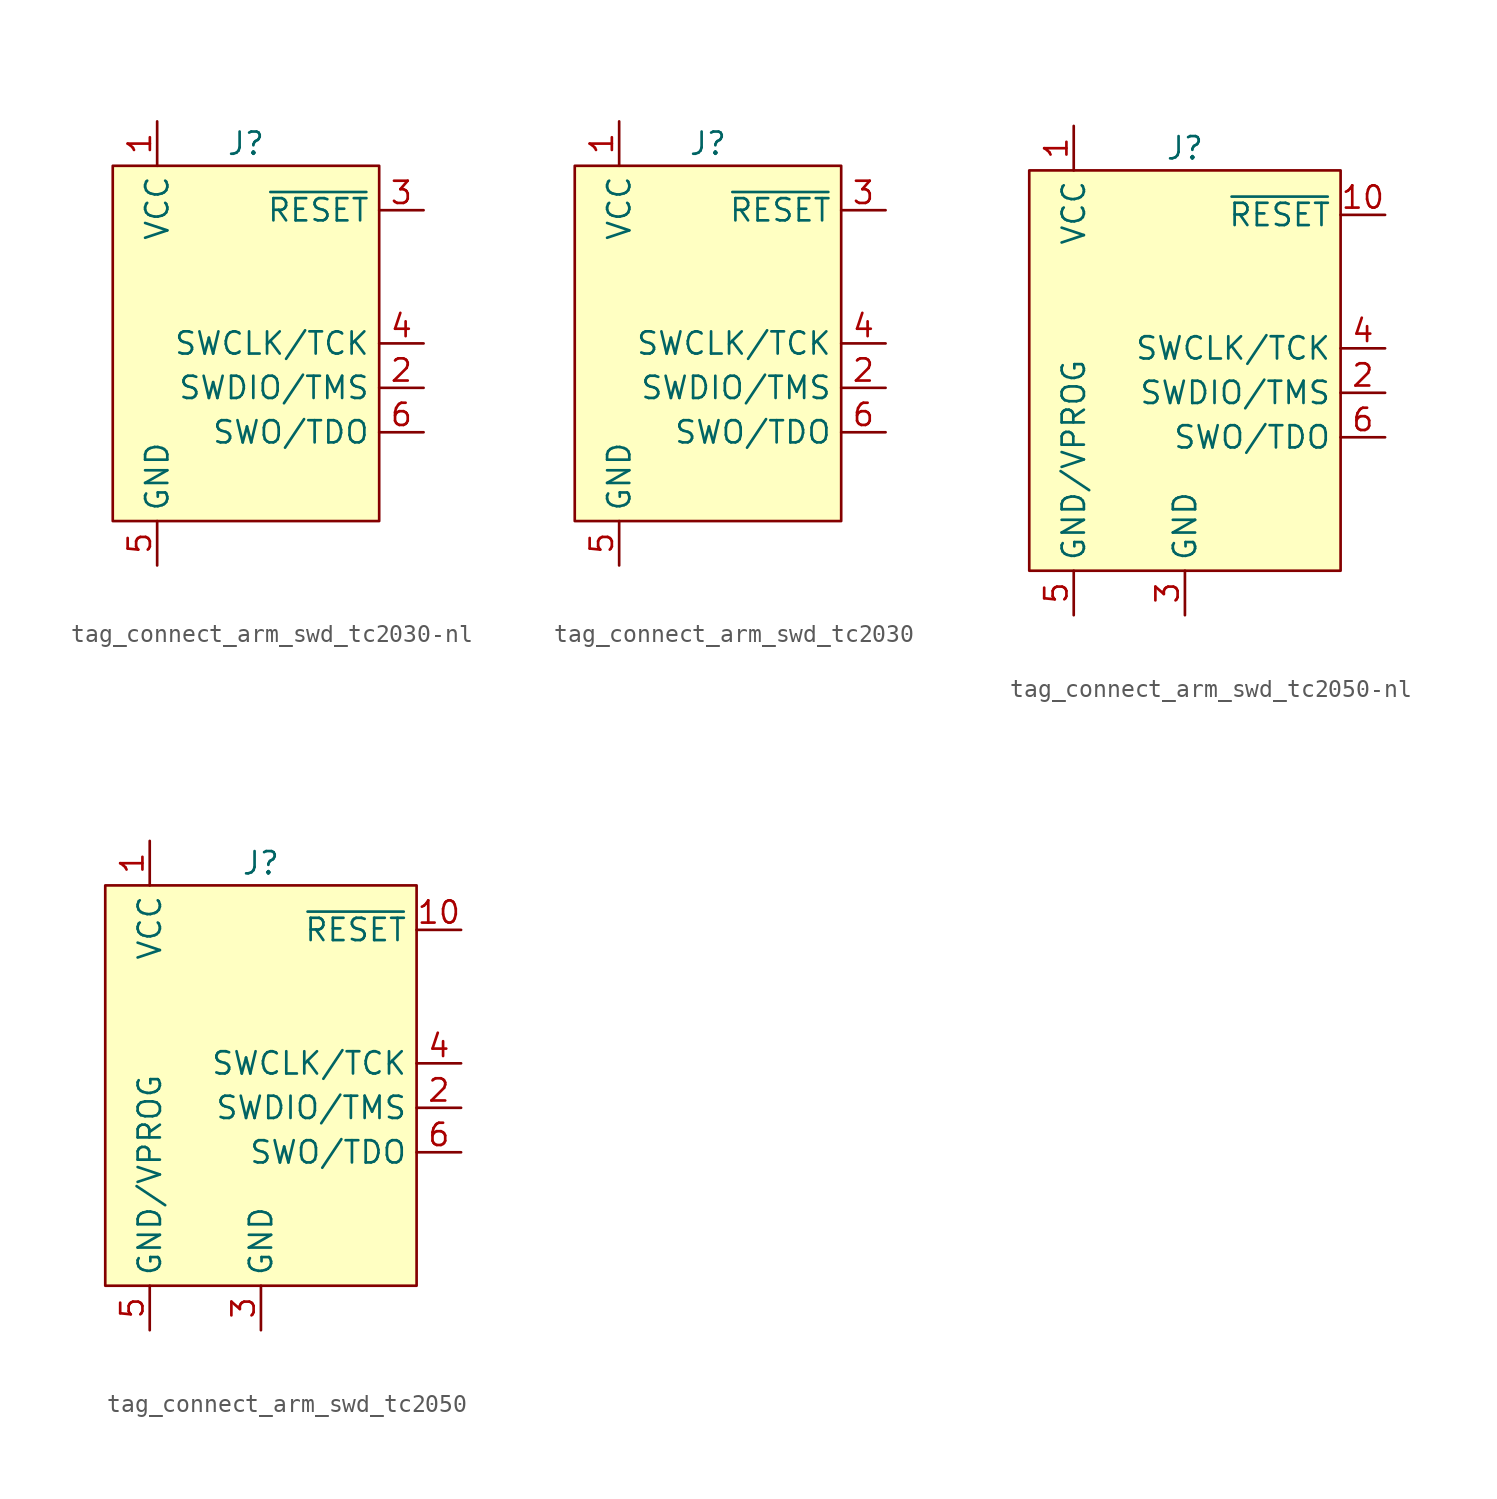
<source format=kicad_sym>
(kicad_symbol_lib
  (version 20231120)
  (generator "kicad_symbol_editor")
  (generator_version "8.0")
  (symbol "tag_connect_arm_swd_tc2030-nl"
    (property "Reference" "J"
      (at 0 11.43 0)
      (effects (font (size 1.27 1.27))))
    (property "Value" ""
      (at 2.54 8.89 0)
      (effects (font (size 1.27 1.27))))
    (symbol "tag_connect_arm_swd_tc2030-nl_0_0"
      (pin power_in line (at -5.08 12.7 270) (length 2.54) (name "VCC" (effects (font (size 1.27 1.27)))) (number "1" (effects (font (size 1.27 1.27)))))
      (pin bidirectional line (at 10.16 -2.54 180) (length 2.54) (name "SWDIO/TMS" (effects (font (size 1.27 1.27)))) (number "2" (effects (font (size 1.27 1.27)))) (alternate "TMS" bidirectional line))
      (pin open_collector line (at 10.16 7.62 180) (length 2.54) (name "~{RESET}" (effects (font (size 1.27 1.27)))) (number "3" (effects (font (size 1.27 1.27)))))
      (pin bidirectional line (at 10.16 0 180) (length 2.54) (name "SWCLK/TCK" (effects (font (size 1.27 1.27)))) (number "4" (effects (font (size 1.27 1.27)))) (alternate "TCK" output line))
      (pin power_in line (at -5.08 -12.7 90) (length 2.54) (name "GND" (effects (font (size 1.27 1.27)))) (number "5" (effects (font (size 1.27 1.27)))))
      (pin bidirectional line (at 10.16 -5.08 180) (length 2.54) (name "SWO/TDO" (effects (font (size 1.27 1.27)))) (number "6" (effects (font (size 1.27 1.27)))) (alternate "TDO" input line)))
    (symbol "tag_connect_arm_swd_tc2030-nl_0_1"
      (rectangle (start -7.62 10.16) (end 7.62 -10.16) (stroke (width 0) (type default)) (fill (type background)))))
  (symbol "tag_connect_arm_swd_tc2030"
    (property "Reference" "J"
      (at 0 11.43 0)
      (effects (font (size 1.27 1.27))))
    (property "Value" ""
      (at 5.08 8.89 0)
      (effects (font (size 1.27 1.27))))
    (symbol "tag_connect_arm_swd_tc2030_0_0"
      (pin power_in line (at -5.08 12.7 270) (length 2.54) (name "VCC" (effects (font (size 1.27 1.27)))) (number "1" (effects (font (size 1.27 1.27)))))
      (pin bidirectional line (at 10.16 -2.54 180) (length 2.54) (name "SWDIO/TMS" (effects (font (size 1.27 1.27)))) (number "2" (effects (font (size 1.27 1.27)))) (alternate "TMS" bidirectional line))
      (pin open_collector line (at 10.16 7.62 180) (length 2.54) (name "~{RESET}" (effects (font (size 1.27 1.27)))) (number "3" (effects (font (size 1.27 1.27)))))
      (pin bidirectional line (at 10.16 0 180) (length 2.54) (name "SWCLK/TCK" (effects (font (size 1.27 1.27)))) (number "4" (effects (font (size 1.27 1.27)))) (alternate "TCK" output line))
      (pin power_in line (at -5.08 -12.7 90) (length 2.54) (name "GND" (effects (font (size 1.27 1.27)))) (number "5" (effects (font (size 1.27 1.27)))))
      (pin bidirectional line (at 10.16 -5.08 180) (length 2.54) (name "SWO/TDO" (effects (font (size 1.27 1.27)))) (number "6" (effects (font (size 1.27 1.27)))) (alternate "TDO" input line)))
    (symbol "tag_connect_arm_swd_tc2030_0_1"
      (rectangle (start -7.62 10.16) (end 7.62 -10.16) (stroke (width 0) (type default)) (fill (type background)))))
  (symbol "tag_connect_arm_swd_tc2050-nl"
    (property "Reference" "J"
      (at 0 12.7 0)
      (effects (font (size 1.27 1.27))))
    (property "Value" ""
      (at 5.08 8.89 0)
      (effects (font (size 1.27 1.27))))
    (symbol "tag_connect_arm_swd_tc2050-nl_0_0"
      (pin power_in line (at -6.35 13.97 270) (length 2.54) (name "VCC" (effects (font (size 1.27 1.27)))) (number "1" (effects (font (size 1.27 1.27)))))
      (pin open_collector line (at 11.43 8.89 180) (length 2.54) (name "~{RESET}" (effects (font (size 1.27 1.27)))) (number "10" (effects (font (size 1.27 1.27)))))
      (pin bidirectional line (at 11.43 -1.27 180) (length 2.54) (name "SWDIO/TMS" (effects (font (size 1.27 1.27)))) (number "2" (effects (font (size 1.27 1.27)))) (alternate "TMS" bidirectional line))
      (pin power_in line (at 0 -13.97 90) (length 2.54) (name "GND" (effects (font (size 1.27 1.27)))) (number "3" (effects (font (size 1.27 1.27)))))
      (pin bidirectional line (at 11.43 1.27 180) (length 2.54) (name "SWCLK/TCK" (effects (font (size 1.27 1.27)))) (number "4" (effects (font (size 1.27 1.27)))) (alternate "TCK" output line))
      (pin power_in line (at -6.35 -13.97 90) (length 2.54) (name "GND/VPROG" (effects (font (size 1.27 1.27)))) (number "5" (effects (font (size 1.27 1.27)))))
      (pin bidirectional line (at 11.43 -3.81 180) (length 2.54) (name "SWO/TDO" (effects (font (size 1.27 1.27)))) (number "6" (effects (font (size 1.27 1.27)))) (alternate "TDO" input line))
      (pin no_connect line (at 11.43 -6.35 180) (length 2.54) hide (name "" (effects (font (size 1.27 1.27)))) (number "7" (effects (font (size 1.27 1.27)))))
      (pin no_connect line (at 11.43 -7.62 180) (length 2.54) hide (name "" (effects (font (size 1.27 1.27)))) (number "8" (effects (font (size 1.27 1.27)))))
      (pin no_connect line (at 11.43 -8.89 180) (length 2.54) hide (name "" (effects (font (size 1.27 1.27)))) (number "9" (effects (font (size 1.27 1.27))))))
    (symbol "tag_connect_arm_swd_tc2050-nl_0_1"
      (rectangle (start -8.89 11.43) (end 8.89 -11.43) (stroke (width 0) (type default)) (fill (type background)))))
  (symbol "tag_connect_arm_swd_tc2050"
    (property "Reference" "J"
      (at 0 12.7 0)
      (effects (font (size 1.27 1.27))))
    (property "Value" ""
      (at 5.08 8.89 0)
      (effects (font (size 1.27 1.27))))
    (symbol "tag_connect_arm_swd_tc2050_0_0"
      (pin power_in line (at -6.35 13.97 270) (length 2.54) (name "VCC" (effects (font (size 1.27 1.27)))) (number "1" (effects (font (size 1.27 1.27)))))
      (pin open_collector line (at 11.43 8.89 180) (length 2.54) (name "~{RESET}" (effects (font (size 1.27 1.27)))) (number "10" (effects (font (size 1.27 1.27)))))
      (pin bidirectional line (at 11.43 -1.27 180) (length 2.54) (name "SWDIO/TMS" (effects (font (size 1.27 1.27)))) (number "2" (effects (font (size 1.27 1.27)))) (alternate "TMS" bidirectional line))
      (pin power_in line (at 0 -13.97 90) (length 2.54) (name "GND" (effects (font (size 1.27 1.27)))) (number "3" (effects (font (size 1.27 1.27)))))
      (pin bidirectional line (at 11.43 1.27 180) (length 2.54) (name "SWCLK/TCK" (effects (font (size 1.27 1.27)))) (number "4" (effects (font (size 1.27 1.27)))) (alternate "TCK" output line))
      (pin power_in line (at -6.35 -13.97 90) (length 2.54) (name "GND/VPROG" (effects (font (size 1.27 1.27)))) (number "5" (effects (font (size 1.27 1.27)))))
      (pin bidirectional line (at 11.43 -3.81 180) (length 2.54) (name "SWO/TDO" (effects (font (size 1.27 1.27)))) (number "6" (effects (font (size 1.27 1.27)))) (alternate "TDO" input line))
      (pin no_connect line (at 11.43 -6.35 180) (length 2.54) hide (name "" (effects (font (size 1.27 1.27)))) (number "7" (effects (font (size 1.27 1.27)))))
      (pin no_connect line (at 11.43 -7.62 180) (length 2.54) hide (name "" (effects (font (size 1.27 1.27)))) (number "8" (effects (font (size 1.27 1.27)))))
      (pin no_connect line (at 11.43 -8.89 180) (length 2.54) hide (name "" (effects (font (size 1.27 1.27)))) (number "9" (effects (font (size 1.27 1.27))))))
    (symbol "tag_connect_arm_swd_tc2050_0_1"
      (rectangle (start -8.89 11.43) (end 8.89 -11.43) (stroke (width 0) (type default)) (fill (type background))))))
</source>
